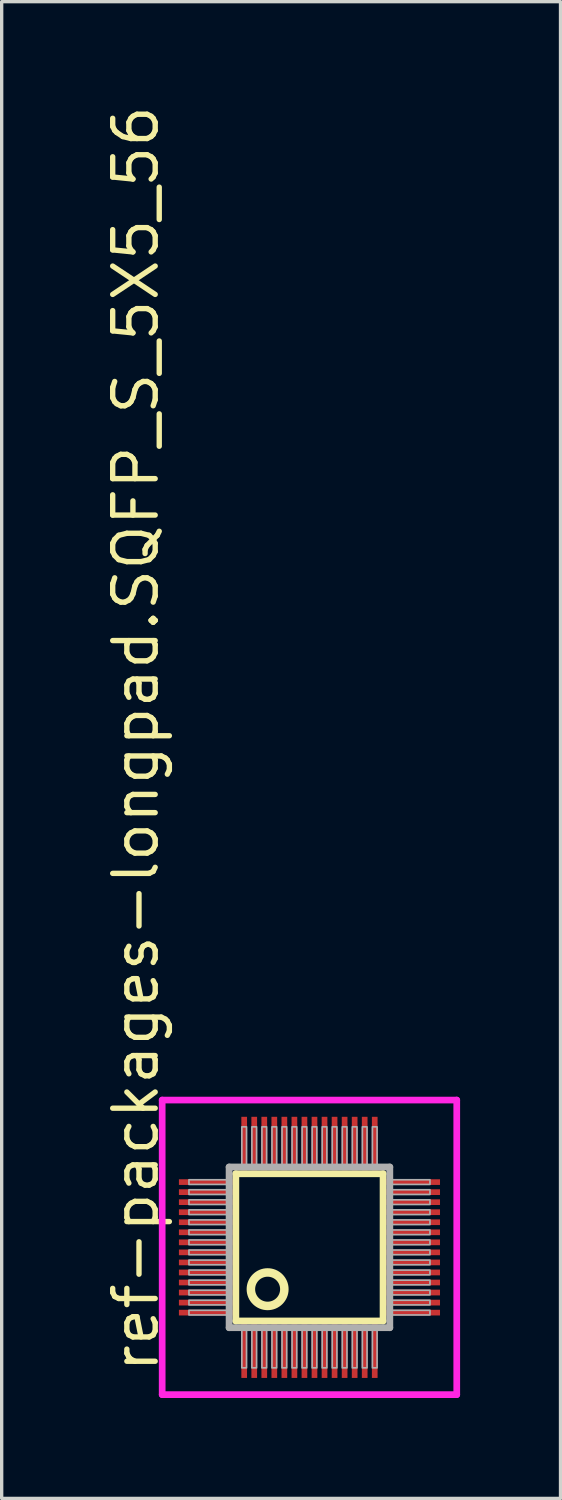
<source format=kicad_pcb>
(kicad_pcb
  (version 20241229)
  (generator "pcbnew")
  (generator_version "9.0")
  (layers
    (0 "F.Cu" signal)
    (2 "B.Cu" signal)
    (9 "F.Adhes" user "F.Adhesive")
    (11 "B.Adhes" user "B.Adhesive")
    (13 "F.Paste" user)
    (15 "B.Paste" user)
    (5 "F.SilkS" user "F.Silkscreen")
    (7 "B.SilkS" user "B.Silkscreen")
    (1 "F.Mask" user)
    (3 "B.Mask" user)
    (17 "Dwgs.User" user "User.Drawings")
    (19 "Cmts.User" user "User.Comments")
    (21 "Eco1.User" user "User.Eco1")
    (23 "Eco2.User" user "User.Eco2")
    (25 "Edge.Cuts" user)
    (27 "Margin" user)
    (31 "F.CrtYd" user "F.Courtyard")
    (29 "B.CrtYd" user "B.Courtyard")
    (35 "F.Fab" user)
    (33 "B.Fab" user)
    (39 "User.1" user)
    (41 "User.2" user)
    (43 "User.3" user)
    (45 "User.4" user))
  (footprint "ref-packages-longpad.SQFP_S_5X5_56"
    (layer "F.Cu")
    (at 6.195 34.214)
    (property "Reference" "ref-packages-longpad.SQFP_S_5X5_56" (at -4.445 3.81 90) (layer "F.SilkS") (effects (font (size 1.27 1.27) (thickness 0.16)) (justify left bottom)))
    (attr smd)
    (fp_line (start -2.2 -2.2) (end 2.2 -2.2) (stroke (width 0.203) (type default)) (layer "F.SilkS"))
    (fp_line (start -2.2 2.2) (end -2.2 -2.2) (stroke (width 0.203) (type default)) (layer "F.SilkS"))
    (fp_line (start 2.2 -2.2) (end 2.2 2.2) (stroke (width 0.203) (type default)) (layer "F.SilkS"))
    (fp_line (start 2.2 2.2) (end -2.2 2.2) (stroke (width 0.203) (type default)) (layer "F.SilkS"))
    (fp_circle (center -1.25 1.25) (end -0.75 1.25) (stroke (width 0.254) (type default)) (fill no) (layer "F.SilkS"))
    (fp_line (start -4.4 -4.4) (end 4.4 -4.4) (stroke (width 0.2) (type default)) (layer "F.CrtYd"))
    (fp_line (start -4.4 4.4) (end -4.4 -4.4) (stroke (width 0.2) (type default)) (layer "F.CrtYd"))
    (fp_line (start 4.4 -4.4) (end 4.4 4.4) (stroke (width 0.2) (type default)) (layer "F.CrtYd"))
    (fp_line (start 4.4 4.4) (end -4.4 4.4) (stroke (width 0.2) (type default)) (layer "F.CrtYd"))
    (fp_line (start -2.4 -2.4) (end -2.4 2.4) (stroke (width 0.203) (type default)) (layer "F.Fab"))
    (fp_line (start -2.4 2.4) (end 2.4 2.4) (stroke (width 0.203) (type default)) (layer "F.Fab"))
    (fp_line (start 2.4 -2.4) (end -2.4 -2.4) (stroke (width 0.203) (type default)) (layer "F.Fab"))
    (fp_line (start 2.4 2.4) (end 2.4 -2.4) (stroke (width 0.203) (type default)) (layer "F.Fab"))
    (fp_rect (start -3.6 -1.88) (end -2.45 -2.02) (stroke (width 0.05) (type default)) (fill no) (layer "F.Fab"))
    (fp_rect (start -3.6 -1.58) (end -2.45 -1.72) (stroke (width 0.05) (type default)) (fill no) (layer "F.Fab"))
    (fp_rect (start -3.6 -1.28) (end -2.45 -1.42) (stroke (width 0.05) (type default)) (fill no) (layer "F.Fab"))
    (fp_rect (start -3.6 -0.98) (end -2.45 -1.12) (stroke (width 0.05) (type default)) (fill no) (layer "F.Fab"))
    (fp_rect (start -3.6 -0.68) (end -2.45 -0.82) (stroke (width 0.05) (type default)) (fill no) (layer "F.Fab"))
    (fp_rect (start -3.6 -0.38) (end -2.45 -0.52) (stroke (width 0.05) (type default)) (fill no) (layer "F.Fab"))
    (fp_rect (start -3.6 -0.08) (end -2.45 -0.22) (stroke (width 0.05) (type default)) (fill no) (layer "F.Fab"))
    (fp_rect (start -3.6 0.22) (end -2.45 0.08) (stroke (width 0.05) (type default)) (fill no) (layer "F.Fab"))
    (fp_rect (start -3.6 0.52) (end -2.45 0.38) (stroke (width 0.05) (type default)) (fill no) (layer "F.Fab"))
    (fp_rect (start -3.6 0.82) (end -2.45 0.68) (stroke (width 0.05) (type default)) (fill no) (layer "F.Fab"))
    (fp_rect (start -3.6 1.12) (end -2.45 0.98) (stroke (width 0.05) (type default)) (fill no) (layer "F.Fab"))
    (fp_rect (start -3.6 1.42) (end -2.45 1.28) (stroke (width 0.05) (type default)) (fill no) (layer "F.Fab"))
    (fp_rect (start -3.6 1.72) (end -2.45 1.58) (stroke (width 0.05) (type default)) (fill no) (layer "F.Fab"))
    (fp_rect (start -3.6 2.02) (end -2.45 1.88) (stroke (width 0.05) (type default)) (fill no) (layer "F.Fab"))
    (fp_rect (start -2.02 -2.45) (end -1.88 -3.6) (stroke (width 0.05) (type default)) (fill no) (layer "F.Fab"))
    (fp_rect (start -2.02 3.6) (end -1.88 2.45) (stroke (width 0.05) (type default)) (fill no) (layer "F.Fab"))
    (fp_rect (start -1.72 -2.45) (end -1.58 -3.6) (stroke (width 0.05) (type default)) (fill no) (layer "F.Fab"))
    (fp_rect (start -1.72 3.6) (end -1.58 2.45) (stroke (width 0.05) (type default)) (fill no) (layer "F.Fab"))
    (fp_rect (start -1.42 -2.45) (end -1.28 -3.6) (stroke (width 0.05) (type default)) (fill no) (layer "F.Fab"))
    (fp_rect (start -1.42 3.6) (end -1.28 2.45) (stroke (width 0.05) (type default)) (fill no) (layer "F.Fab"))
    (fp_rect (start -1.12 -2.45) (end -0.98 -3.6) (stroke (width 0.05) (type default)) (fill no) (layer "F.Fab"))
    (fp_rect (start -1.12 3.6) (end -0.98 2.45) (stroke (width 0.05) (type default)) (fill no) (layer "F.Fab"))
    (fp_rect (start -0.82 -2.45) (end -0.68 -3.6) (stroke (width 0.05) (type default)) (fill no) (layer "F.Fab"))
    (fp_rect (start -0.82 3.6) (end -0.68 2.45) (stroke (width 0.05) (type default)) (fill no) (layer "F.Fab"))
    (fp_rect (start -0.52 -2.45) (end -0.38 -3.6) (stroke (width 0.05) (type default)) (fill no) (layer "F.Fab"))
    (fp_rect (start -0.52 3.6) (end -0.38 2.45) (stroke (width 0.05) (type default)) (fill no) (layer "F.Fab"))
    (fp_rect (start -0.22 -2.45) (end -0.08 -3.6) (stroke (width 0.05) (type default)) (fill no) (layer "F.Fab"))
    (fp_rect (start -0.22 3.6) (end -0.08 2.45) (stroke (width 0.05) (type default)) (fill no) (layer "F.Fab"))
    (fp_rect (start 0.08 -2.45) (end 0.22 -3.6) (stroke (width 0.05) (type default)) (fill no) (layer "F.Fab"))
    (fp_rect (start 0.08 3.6) (end 0.22 2.45) (stroke (width 0.05) (type default)) (fill no) (layer "F.Fab"))
    (fp_rect (start 0.38 -2.45) (end 0.52 -3.6) (stroke (width 0.05) (type default)) (fill no) (layer "F.Fab"))
    (fp_rect (start 0.38 3.6) (end 0.52 2.45) (stroke (width 0.05) (type default)) (fill no) (layer "F.Fab"))
    (fp_rect (start 0.68 -2.45) (end 0.82 -3.6) (stroke (width 0.05) (type default)) (fill no) (layer "F.Fab"))
    (fp_rect (start 0.68 3.6) (end 0.82 2.45) (stroke (width 0.05) (type default)) (fill no) (layer "F.Fab"))
    (fp_rect (start 0.98 -2.45) (end 1.12 -3.6) (stroke (width 0.05) (type default)) (fill no) (layer "F.Fab"))
    (fp_rect (start 0.98 3.6) (end 1.12 2.45) (stroke (width 0.05) (type default)) (fill no) (layer "F.Fab"))
    (fp_rect (start 1.28 -2.45) (end 1.42 -3.6) (stroke (width 0.05) (type default)) (fill no) (layer "F.Fab"))
    (fp_rect (start 1.28 3.6) (end 1.42 2.45) (stroke (width 0.05) (type default)) (fill no) (layer "F.Fab"))
    (fp_rect (start 1.58 -2.45) (end 1.72 -3.6) (stroke (width 0.05) (type default)) (fill no) (layer "F.Fab"))
    (fp_rect (start 1.58 3.6) (end 1.72 2.45) (stroke (width 0.05) (type default)) (fill no) (layer "F.Fab"))
    (fp_rect (start 1.88 -2.45) (end 2.02 -3.6) (stroke (width 0.05) (type default)) (fill no) (layer "F.Fab"))
    (fp_rect (start 1.88 3.6) (end 2.02 2.45) (stroke (width 0.05) (type default)) (fill no) (layer "F.Fab"))
    (fp_rect (start 2.45 -1.88) (end 3.6 -2.02) (stroke (width 0.05) (type default)) (fill no) (layer "F.Fab"))
    (fp_rect (start 2.45 -1.58) (end 3.6 -1.72) (stroke (width 0.05) (type default)) (fill no) (layer "F.Fab"))
    (fp_rect (start 2.45 -1.28) (end 3.6 -1.42) (stroke (width 0.05) (type default)) (fill no) (layer "F.Fab"))
    (fp_rect (start 2.45 -0.98) (end 3.6 -1.12) (stroke (width 0.05) (type default)) (fill no) (layer "F.Fab"))
    (fp_rect (start 2.45 -0.68) (end 3.6 -0.82) (stroke (width 0.05) (type default)) (fill no) (layer "F.Fab"))
    (fp_rect (start 2.45 -0.38) (end 3.6 -0.52) (stroke (width 0.05) (type default)) (fill no) (layer "F.Fab"))
    (fp_rect (start 2.45 -0.08) (end 3.6 -0.22) (stroke (width 0.05) (type default)) (fill no) (layer "F.Fab"))
    (fp_rect (start 2.45 0.22) (end 3.6 0.08) (stroke (width 0.05) (type default)) (fill no) (layer "F.Fab"))
    (fp_rect (start 2.45 0.52) (end 3.6 0.38) (stroke (width 0.05) (type default)) (fill no) (layer "F.Fab"))
    (fp_rect (start 2.45 0.82) (end 3.6 0.68) (stroke (width 0.05) (type default)) (fill no) (layer "F.Fab"))
    (fp_rect (start 2.45 1.12) (end 3.6 0.98) (stroke (width 0.05) (type default)) (fill no) (layer "F.Fab"))
    (fp_rect (start 2.45 1.42) (end 3.6 1.28) (stroke (width 0.05) (type default)) (fill no) (layer "F.Fab"))
    (fp_rect (start 2.45 1.72) (end 3.6 1.58) (stroke (width 0.05) (type default)) (fill no) (layer "F.Fab"))
    (fp_rect (start 2.45 2.02) (end 3.6 1.88) (stroke (width 0.05) (type default)) (fill no) (layer "F.Fab"))
    (pad "1" smd roundrect (at -1.95 3.1) (size 0.17 1.6) (layers "F.Cu" "F.Mask" "F.Paste") (roundrect_rratio 0.01))
    (pad "2" smd roundrect (at -1.65 3.1) (size 0.17 1.6) (layers "F.Cu" "F.Mask" "F.Paste") (roundrect_rratio 0.01))
    (pad "3" smd roundrect (at -1.35 3.1) (size 0.17 1.6) (layers "F.Cu" "F.Mask" "F.Paste") (roundrect_rratio 0.01))
    (pad "4" smd roundrect (at -1.05 3.1) (size 0.17 1.6) (layers "F.Cu" "F.Mask" "F.Paste") (roundrect_rratio 0.01))
    (pad "5" smd roundrect (at -0.75 3.1) (size 0.17 1.6) (layers "F.Cu" "F.Mask" "F.Paste") (roundrect_rratio 0.01))
    (pad "6" smd roundrect (at -0.45 3.1) (size 0.17 1.6) (layers "F.Cu" "F.Mask" "F.Paste") (roundrect_rratio 0.01))
    (pad "7" smd roundrect (at -0.15 3.1) (size 0.17 1.6) (layers "F.Cu" "F.Mask" "F.Paste") (roundrect_rratio 0.01))
    (pad "8" smd roundrect (at 0.15 3.1) (size 0.17 1.6) (layers "F.Cu" "F.Mask" "F.Paste") (roundrect_rratio 0.01))
    (pad "9" smd roundrect (at 0.45 3.1) (size 0.17 1.6) (layers "F.Cu" "F.Mask" "F.Paste") (roundrect_rratio 0.01))
    (pad "10" smd roundrect (at 0.75 3.1) (size 0.17 1.6) (layers "F.Cu" "F.Mask" "F.Paste") (roundrect_rratio 0.01))
    (pad "11" smd roundrect (at 1.05 3.1) (size 0.17 1.6) (layers "F.Cu" "F.Mask" "F.Paste") (roundrect_rratio 0.01))
    (pad "12" smd roundrect (at 1.35 3.1) (size 0.17 1.6) (layers "F.Cu" "F.Mask" "F.Paste") (roundrect_rratio 0.01))
    (pad "13" smd roundrect (at 1.65 3.1) (size 0.17 1.6) (layers "F.Cu" "F.Mask" "F.Paste") (roundrect_rratio 0.01))
    (pad "14" smd roundrect (at 1.95 3.1) (size 0.17 1.6) (layers "F.Cu" "F.Mask" "F.Paste") (roundrect_rratio 0.01))
    (pad "15" smd roundrect (at 3.1 1.95) (size 1.6 0.17) (layers "F.Cu" "F.Mask" "F.Paste") (roundrect_rratio 0.01))
    (pad "16" smd roundrect (at 3.1 1.65) (size 1.6 0.17) (layers "F.Cu" "F.Mask" "F.Paste") (roundrect_rratio 0.01))
    (pad "17" smd roundrect (at 3.1 1.35) (size 1.6 0.17) (layers "F.Cu" "F.Mask" "F.Paste") (roundrect_rratio 0.01))
    (pad "18" smd roundrect (at 3.1 1.05) (size 1.6 0.17) (layers "F.Cu" "F.Mask" "F.Paste") (roundrect_rratio 0.01))
    (pad "19" smd roundrect (at 3.1 0.75) (size 1.6 0.17) (layers "F.Cu" "F.Mask" "F.Paste") (roundrect_rratio 0.01))
    (pad "20" smd roundrect (at 3.1 0.45) (size 1.6 0.17) (layers "F.Cu" "F.Mask" "F.Paste") (roundrect_rratio 0.01))
    (pad "21" smd roundrect (at 3.1 0.15) (size 1.6 0.17) (layers "F.Cu" "F.Mask" "F.Paste") (roundrect_rratio 0.01))
    (pad "22" smd roundrect (at 3.1 -0.15) (size 1.6 0.17) (layers "F.Cu" "F.Mask" "F.Paste") (roundrect_rratio 0.01))
    (pad "23" smd roundrect (at 3.1 -0.45) (size 1.6 0.17) (layers "F.Cu" "F.Mask" "F.Paste") (roundrect_rratio 0.01))
    (pad "24" smd roundrect (at 3.1 -0.75) (size 1.6 0.17) (layers "F.Cu" "F.Mask" "F.Paste") (roundrect_rratio 0.01))
    (pad "25" smd roundrect (at 3.1 -1.05) (size 1.6 0.17) (layers "F.Cu" "F.Mask" "F.Paste") (roundrect_rratio 0.01))
    (pad "26" smd roundrect (at 3.1 -1.35) (size 1.6 0.17) (layers "F.Cu" "F.Mask" "F.Paste") (roundrect_rratio 0.01))
    (pad "27" smd roundrect (at 3.1 -1.65) (size 1.6 0.17) (layers "F.Cu" "F.Mask" "F.Paste") (roundrect_rratio 0.01))
    (pad "28" smd roundrect (at 3.1 -1.95) (size 1.6 0.17) (layers "F.Cu" "F.Mask" "F.Paste") (roundrect_rratio 0.01))
    (pad "29" smd roundrect (at 1.95 -3.1) (size 0.17 1.6) (layers "F.Cu" "F.Mask" "F.Paste") (roundrect_rratio 0.01))
    (pad "30" smd roundrect (at 1.65 -3.1) (size 0.17 1.6) (layers "F.Cu" "F.Mask" "F.Paste") (roundrect_rratio 0.01))
    (pad "31" smd roundrect (at 1.35 -3.1) (size 0.17 1.6) (layers "F.Cu" "F.Mask" "F.Paste") (roundrect_rratio 0.01))
    (pad "32" smd roundrect (at 1.05 -3.1) (size 0.17 1.6) (layers "F.Cu" "F.Mask" "F.Paste") (roundrect_rratio 0.01))
    (pad "33" smd roundrect (at 0.75 -3.1) (size 0.17 1.6) (layers "F.Cu" "F.Mask" "F.Paste") (roundrect_rratio 0.01))
    (pad "34" smd roundrect (at 0.45 -3.1) (size 0.17 1.6) (layers "F.Cu" "F.Mask" "F.Paste") (roundrect_rratio 0.01))
    (pad "35" smd roundrect (at 0.15 -3.1) (size 0.17 1.6) (layers "F.Cu" "F.Mask" "F.Paste") (roundrect_rratio 0.01))
    (pad "36" smd roundrect (at -0.15 -3.1) (size 0.17 1.6) (layers "F.Cu" "F.Mask" "F.Paste") (roundrect_rratio 0.01))
    (pad "37" smd roundrect (at -0.45 -3.1) (size 0.17 1.6) (layers "F.Cu" "F.Mask" "F.Paste") (roundrect_rratio 0.01))
    (pad "38" smd roundrect (at -0.75 -3.1) (size 0.17 1.6) (layers "F.Cu" "F.Mask" "F.Paste") (roundrect_rratio 0.01))
    (pad "39" smd roundrect (at -1.05 -3.1) (size 0.17 1.6) (layers "F.Cu" "F.Mask" "F.Paste") (roundrect_rratio 0.01))
    (pad "40" smd roundrect (at -1.35 -3.1) (size 0.17 1.6) (layers "F.Cu" "F.Mask" "F.Paste") (roundrect_rratio 0.01))
    (pad "41" smd roundrect (at -1.65 -3.1) (size 0.17 1.6) (layers "F.Cu" "F.Mask" "F.Paste") (roundrect_rratio 0.01))
    (pad "42" smd roundrect (at -1.95 -3.1) (size 0.17 1.6) (layers "F.Cu" "F.Mask" "F.Paste") (roundrect_rratio 0.01))
    (pad "43" smd roundrect (at -3.1 -1.95) (size 1.6 0.17) (layers "F.Cu" "F.Mask" "F.Paste") (roundrect_rratio 0.01))
    (pad "44" smd roundrect (at -3.1 -1.65) (size 1.6 0.17) (layers "F.Cu" "F.Mask" "F.Paste") (roundrect_rratio 0.01))
    (pad "45" smd roundrect (at -3.1 -1.35) (size 1.6 0.17) (layers "F.Cu" "F.Mask" "F.Paste") (roundrect_rratio 0.01))
    (pad "46" smd roundrect (at -3.1 -1.05) (size 1.6 0.17) (layers "F.Cu" "F.Mask" "F.Paste") (roundrect_rratio 0.01))
    (pad "47" smd roundrect (at -3.1 -0.75) (size 1.6 0.17) (layers "F.Cu" "F.Mask" "F.Paste") (roundrect_rratio 0.01))
    (pad "48" smd roundrect (at -3.1 -0.45) (size 1.6 0.17) (layers "F.Cu" "F.Mask" "F.Paste") (roundrect_rratio 0.01))
    (pad "49" smd roundrect (at -3.1 -0.15) (size 1.6 0.17) (layers "F.Cu" "F.Mask" "F.Paste") (roundrect_rratio 0.01))
    (pad "50" smd roundrect (at -3.1 0.15) (size 1.6 0.17) (layers "F.Cu" "F.Mask" "F.Paste") (roundrect_rratio 0.01))
    (pad "51" smd roundrect (at -3.1 0.45) (size 1.6 0.17) (layers "F.Cu" "F.Mask" "F.Paste") (roundrect_rratio 0.01))
    (pad "52" smd roundrect (at -3.1 0.75) (size 1.6 0.17) (layers "F.Cu" "F.Mask" "F.Paste") (roundrect_rratio 0.01))
    (pad "53" smd roundrect (at -3.1 1.05) (size 1.6 0.17) (layers "F.Cu" "F.Mask" "F.Paste") (roundrect_rratio 0.01))
    (pad "54" smd roundrect (at -3.1 1.35) (size 1.6 0.17) (layers "F.Cu" "F.Mask" "F.Paste") (roundrect_rratio 0.01))
    (pad "55" smd roundrect (at -3.1 1.65) (size 1.6 0.17) (layers "F.Cu" "F.Mask" "F.Paste") (roundrect_rratio 0.01))
    (pad "56" smd roundrect (at -3.1 1.95) (size 1.6 0.17) (layers "F.Cu" "F.Mask" "F.Paste") (roundrect_rratio 0.01)))
  (gr_rect
    (start -3 -3)
    (end 13.695 41.714)
    (stroke (width 0.1) (type default))
    (fill no)
    (layer "Edge.Cuts")))
</source>
